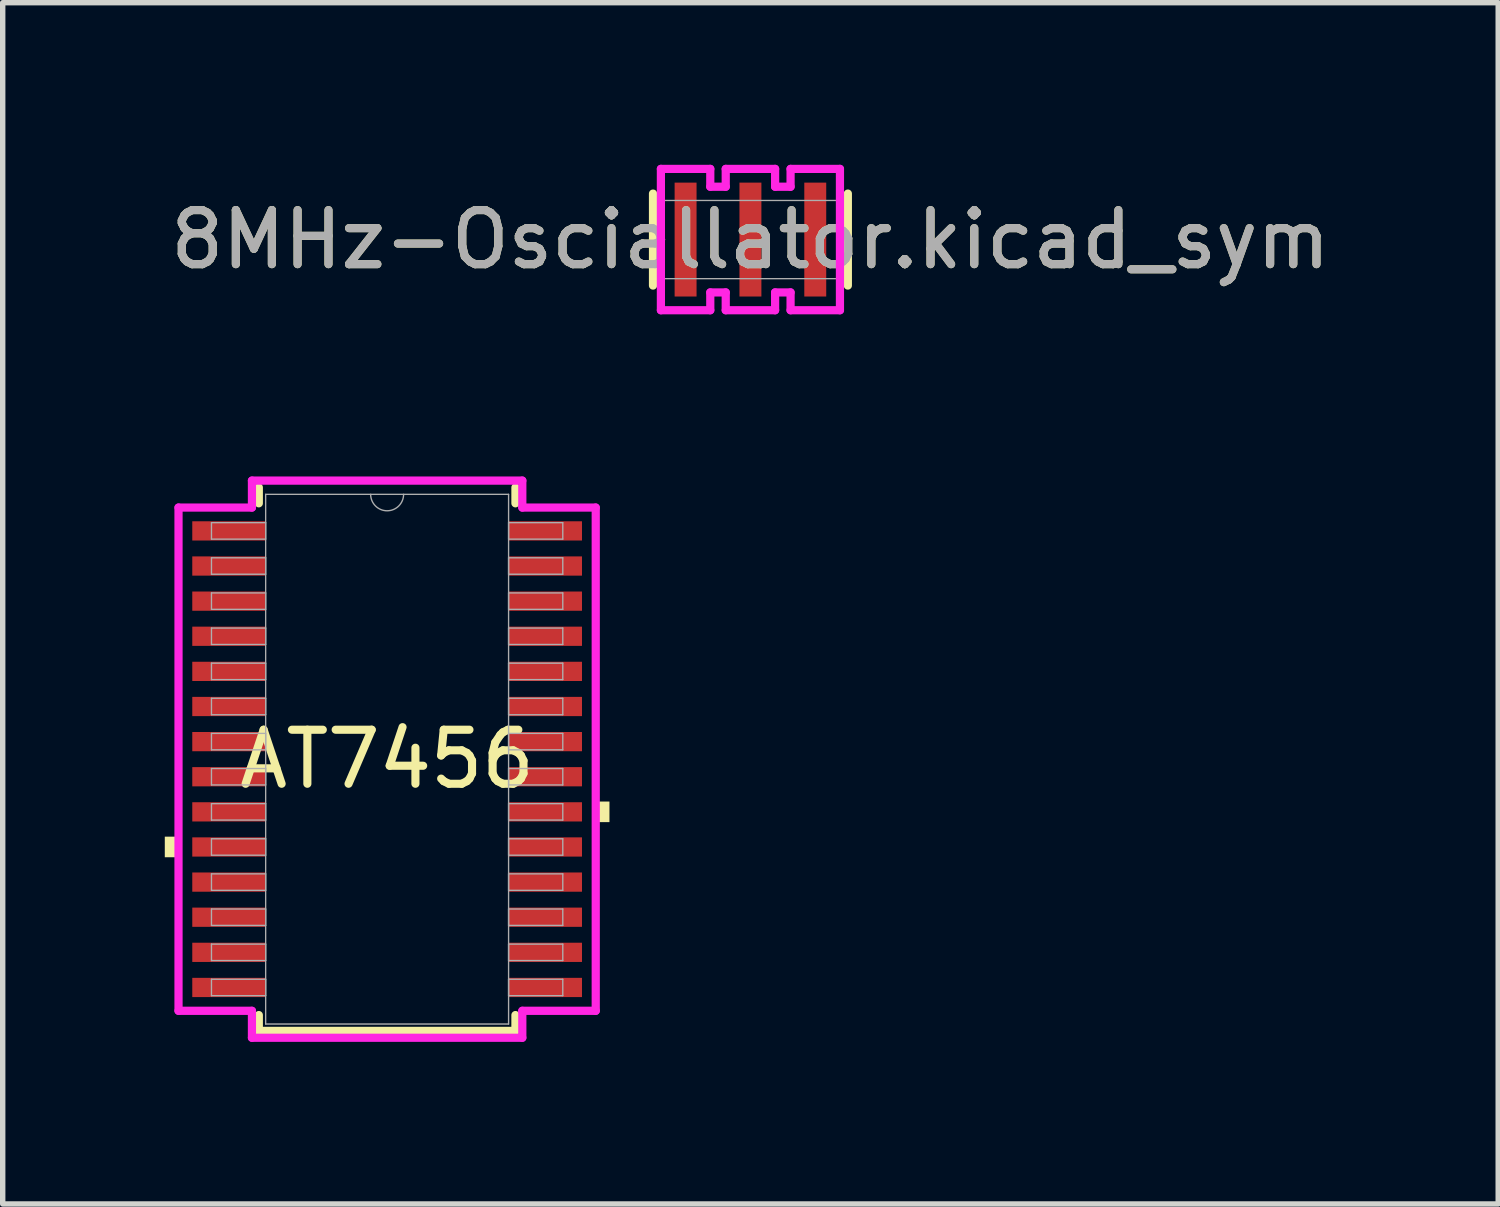
<source format=kicad_pcb>
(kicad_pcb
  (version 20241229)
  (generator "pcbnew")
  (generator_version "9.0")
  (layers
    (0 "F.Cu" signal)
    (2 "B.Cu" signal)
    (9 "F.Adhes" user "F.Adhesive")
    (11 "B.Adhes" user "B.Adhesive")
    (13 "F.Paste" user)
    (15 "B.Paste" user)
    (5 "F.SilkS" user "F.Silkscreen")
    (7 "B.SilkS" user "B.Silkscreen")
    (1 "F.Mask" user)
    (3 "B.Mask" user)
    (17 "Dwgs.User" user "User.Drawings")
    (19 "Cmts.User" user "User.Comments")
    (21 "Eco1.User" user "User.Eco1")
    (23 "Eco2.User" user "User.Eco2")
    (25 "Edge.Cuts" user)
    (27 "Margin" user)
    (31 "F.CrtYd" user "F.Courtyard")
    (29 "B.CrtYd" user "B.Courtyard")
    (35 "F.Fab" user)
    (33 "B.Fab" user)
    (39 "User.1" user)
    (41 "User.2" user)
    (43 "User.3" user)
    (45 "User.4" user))
  (footprint "8MHz-Osciallator.kicad_sym"
    (layer "F.Cu")
    (at 10.839 1.384)
    (property "Reference" "8MHz-Osciallator.kicad_sym" (at 0 0 0) (unlocked yes) (layer "F.SilkS") (effects (font (size 1 1) (thickness 0.15))))
    (attr smd)
    (fp_line (start -1.803 -0.851) (end -1.803 0.851) (stroke (width 0.152) (type solid)) (layer "F.SilkS"))
    (fp_line (start 1.803 0.851) (end 1.803 -0.851) (stroke (width 0.152) (type solid)) (layer "F.SilkS"))
    (fp_line (start -1.657 -1.308) (end -0.743 -1.308) (stroke (width 0.152) (type solid)) (layer "F.CrtYd"))
    (fp_line (start -1.657 1.308) (end -1.657 -1.308) (stroke (width 0.152) (type solid)) (layer "F.CrtYd"))
    (fp_line (start -1.657 1.308) (end -0.743 1.308) (stroke (width 0.152) (type solid)) (layer "F.CrtYd"))
    (fp_line (start -0.743 -1.308) (end -0.743 -0.978) (stroke (width 0.152) (type solid)) (layer "F.CrtYd"))
    (fp_line (start -0.743 -0.978) (end -0.457 -0.978) (stroke (width 0.152) (type solid)) (layer "F.CrtYd"))
    (fp_line (start -0.743 0.978) (end -0.457 0.978) (stroke (width 0.152) (type solid)) (layer "F.CrtYd"))
    (fp_line (start -0.743 1.308) (end -0.743 0.978) (stroke (width 0.152) (type solid)) (layer "F.CrtYd"))
    (fp_line (start -0.457 -1.308) (end 0.457 -1.308) (stroke (width 0.152) (type solid)) (layer "F.CrtYd"))
    (fp_line (start -0.457 -0.978) (end -0.457 -1.308) (stroke (width 0.152) (type solid)) (layer "F.CrtYd"))
    (fp_line (start -0.457 0.978) (end -0.457 1.308) (stroke (width 0.152) (type solid)) (layer "F.CrtYd"))
    (fp_line (start -0.457 1.308) (end 0.457 1.308) (stroke (width 0.152) (type solid)) (layer "F.CrtYd"))
    (fp_line (start 0.457 -0.978) (end 0.457 -1.308) (stroke (width 0.152) (type solid)) (layer "F.CrtYd"))
    (fp_line (start 0.457 0.978) (end 0.457 1.308) (stroke (width 0.152) (type solid)) (layer "F.CrtYd"))
    (fp_line (start 0.743 -1.308) (end 0.743 -0.978) (stroke (width 0.152) (type solid)) (layer "F.CrtYd"))
    (fp_line (start 0.743 -0.978) (end 0.457 -0.978) (stroke (width 0.152) (type solid)) (layer "F.CrtYd"))
    (fp_line (start 0.743 0.978) (end 0.457 0.978) (stroke (width 0.152) (type solid)) (layer "F.CrtYd"))
    (fp_line (start 0.743 1.308) (end 0.743 0.978) (stroke (width 0.152) (type solid)) (layer "F.CrtYd"))
    (fp_line (start 1.657 -1.308) (end 0.743 -1.308) (stroke (width 0.152) (type solid)) (layer "F.CrtYd"))
    (fp_line (start 1.657 -1.308) (end 1.657 1.308) (stroke (width 0.152) (type solid)) (layer "F.CrtYd"))
    (fp_line (start 1.657 1.308) (end 0.743 1.308) (stroke (width 0.152) (type solid)) (layer "F.CrtYd"))
    (fp_line (start -1.676 -0.724) (end -1.676 0.724) (stroke (width 0.025) (type solid)) (layer "F.Fab"))
    (fp_line (start -1.676 0.724) (end 1.676 0.724) (stroke (width 0.025) (type solid)) (layer "F.Fab"))
    (fp_line (start 1.676 -0.724) (end -1.676 -0.724) (stroke (width 0.025) (type solid)) (layer "F.Fab"))
    (fp_line (start 1.676 0.724) (end 1.676 -0.724) (stroke (width 0.025) (type solid)) (layer "F.Fab"))
    (fp_circle (center -1.6 0) (end -1.6 0) (stroke (width 0.025) (type solid)) (fill no) (layer "F.Fab"))
    (fp_text user "${REFERENCE}" (at 0 0 0) (unlocked yes) (layer "F.Fab") (effects (font (size 1 1) (thickness 0.15))))
    (pad "1" smd rect (at -1.2 0) (size 0.406 2.108) (layers "F.Cu" "F.Mask" "F.Paste"))
    (pad "2" smd rect (at 0 0) (size 0.406 2.108) (layers "F.Cu" "F.Mask" "F.Paste"))
    (pad "3" smd rect (at 1.2 0) (size 0.406 2.108) (layers "F.Cu" "F.Mask" "F.Paste"))
    (zone (net_name "") (layer "F.Cu") (hatch full 0.508) (connect_pads) (min_thickness 0.254) (filled_areas_thickness no) (keepout (tracks not_allowed) (vias not_allowed) (pads allowed) (copperpour not_allowed) (footprints allowed)) (placement (enabled no)) (fill) (polygon (pts (xy 10.585 0.711) (xy 9.893 0.711) (xy 9.893 2.057) (xy 10.585 2.057))))
    (zone (net_name "") (layer "F.Cu") (hatch full 0.508) (connect_pads) (min_thickness 0.254) (filled_areas_thickness no) (keepout (tracks not_allowed) (vias not_allowed) (pads allowed) (copperpour not_allowed) (footprints allowed)) (placement (enabled no)) (fill) (polygon (pts (xy 11.785 0.711) (xy 11.093 0.711) (xy 11.093 2.057) (xy 11.785 2.057)))))
  (footprint "AT7456"
    (layer "F.Cu")
    (at 4.115 11.001)
    (property "Reference" "AT7456" (at 0 0 0) (unlocked yes) (layer "F.SilkS") (effects (font (size 1 1) (thickness 0.15))))
    (attr smd)
    (fp_line (start -2.375 -5.029) (end -2.375 -4.736) (stroke (width 0.152) (type solid)) (layer "F.SilkS"))
    (fp_line (start -2.375 4.736) (end -2.375 5.029) (stroke (width 0.152) (type solid)) (layer "F.SilkS"))
    (fp_line (start -2.375 5.029) (end 2.375 5.029) (stroke (width 0.152) (type solid)) (layer "F.SilkS"))
    (fp_line (start 2.375 -4.736) (end 2.375 -5.029) (stroke (width 0.152) (type solid)) (layer "F.SilkS"))
    (fp_line (start 2.375 5.029) (end 2.375 4.736) (stroke (width 0.152) (type solid)) (layer "F.SilkS"))
    (fp_poly (pts (xy -4.115 1.434) (xy -4.115 1.815) (xy -3.861 1.815) (xy -3.861 1.434)) (stroke (width 0) (type solid)) (fill yes) (layer "F.SilkS"))
    (fp_poly (pts (xy 4.115 0.784) (xy 4.115 1.165) (xy 3.861 1.165) (xy 3.861 0.784)) (stroke (width 0) (type solid)) (fill yes) (layer "F.SilkS"))
    (fp_line (start -3.861 -4.657) (end -2.502 -4.657) (stroke (width 0.152) (type solid)) (layer "F.CrtYd"))
    (fp_line (start -3.861 4.657) (end -3.861 -4.657) (stroke (width 0.152) (type solid)) (layer "F.CrtYd"))
    (fp_line (start -3.861 4.657) (end -2.502 4.657) (stroke (width 0.152) (type solid)) (layer "F.CrtYd"))
    (fp_line (start -2.502 -5.156) (end 2.502 -5.156) (stroke (width 0.152) (type solid)) (layer "F.CrtYd"))
    (fp_line (start -2.502 -4.657) (end -2.502 -5.156) (stroke (width 0.152) (type solid)) (layer "F.CrtYd"))
    (fp_line (start -2.502 5.156) (end -2.502 4.657) (stroke (width 0.152) (type solid)) (layer "F.CrtYd"))
    (fp_line (start 2.502 -5.156) (end 2.502 -4.657) (stroke (width 0.152) (type solid)) (layer "F.CrtYd"))
    (fp_line (start 2.502 4.657) (end 2.502 5.156) (stroke (width 0.152) (type solid)) (layer "F.CrtYd"))
    (fp_line (start 2.502 5.156) (end -2.502 5.156) (stroke (width 0.152) (type solid)) (layer "F.CrtYd"))
    (fp_line (start 3.861 -4.657) (end 2.502 -4.657) (stroke (width 0.152) (type solid)) (layer "F.CrtYd"))
    (fp_line (start 3.861 -4.657) (end 3.861 4.657) (stroke (width 0.152) (type solid)) (layer "F.CrtYd"))
    (fp_line (start 3.861 4.657) (end 2.502 4.657) (stroke (width 0.152) (type solid)) (layer "F.CrtYd"))
    (fp_line (start -3.251 -4.377) (end -3.251 -4.073) (stroke (width 0.025) (type solid)) (layer "F.Fab"))
    (fp_line (start -3.251 -4.073) (end -2.248 -4.073) (stroke (width 0.025) (type solid)) (layer "F.Fab"))
    (fp_line (start -3.251 -3.727) (end -3.251 -3.423) (stroke (width 0.025) (type solid)) (layer "F.Fab"))
    (fp_line (start -3.251 -3.423) (end -2.248 -3.423) (stroke (width 0.025) (type solid)) (layer "F.Fab"))
    (fp_line (start -3.251 -3.077) (end -3.251 -2.773) (stroke (width 0.025) (type solid)) (layer "F.Fab"))
    (fp_line (start -3.251 -2.773) (end -2.248 -2.773) (stroke (width 0.025) (type solid)) (layer "F.Fab"))
    (fp_line (start -3.251 -2.427) (end -3.251 -2.123) (stroke (width 0.025) (type solid)) (layer "F.Fab"))
    (fp_line (start -3.251 -2.123) (end -2.248 -2.123) (stroke (width 0.025) (type solid)) (layer "F.Fab"))
    (fp_line (start -3.251 -1.777) (end -3.251 -1.473) (stroke (width 0.025) (type solid)) (layer "F.Fab"))
    (fp_line (start -3.251 -1.473) (end -2.248 -1.473) (stroke (width 0.025) (type solid)) (layer "F.Fab"))
    (fp_line (start -3.251 -1.127) (end -3.251 -0.823) (stroke (width 0.025) (type solid)) (layer "F.Fab"))
    (fp_line (start -3.251 -0.823) (end -2.248 -0.823) (stroke (width 0.025) (type solid)) (layer "F.Fab"))
    (fp_line (start -3.251 -0.477) (end -3.251 -0.173) (stroke (width 0.025) (type solid)) (layer "F.Fab"))
    (fp_line (start -3.251 -0.173) (end -2.248 -0.173) (stroke (width 0.025) (type solid)) (layer "F.Fab"))
    (fp_line (start -3.251 0.173) (end -3.251 0.477) (stroke (width 0.025) (type solid)) (layer "F.Fab"))
    (fp_line (start -3.251 0.477) (end -2.248 0.477) (stroke (width 0.025) (type solid)) (layer "F.Fab"))
    (fp_line (start -3.251 0.823) (end -3.251 1.127) (stroke (width 0.025) (type solid)) (layer "F.Fab"))
    (fp_line (start -3.251 1.127) (end -2.248 1.127) (stroke (width 0.025) (type solid)) (layer "F.Fab"))
    (fp_line (start -3.251 1.473) (end -3.251 1.777) (stroke (width 0.025) (type solid)) (layer "F.Fab"))
    (fp_line (start -3.251 1.777) (end -2.248 1.777) (stroke (width 0.025) (type solid)) (layer "F.Fab"))
    (fp_line (start -3.251 2.123) (end -3.251 2.427) (stroke (width 0.025) (type solid)) (layer "F.Fab"))
    (fp_line (start -3.251 2.427) (end -2.248 2.427) (stroke (width 0.025) (type solid)) (layer "F.Fab"))
    (fp_line (start -3.251 2.773) (end -3.251 3.077) (stroke (width 0.025) (type solid)) (layer "F.Fab"))
    (fp_line (start -3.251 3.077) (end -2.248 3.077) (stroke (width 0.025) (type solid)) (layer "F.Fab"))
    (fp_line (start -3.251 3.423) (end -3.251 3.727) (stroke (width 0.025) (type solid)) (layer "F.Fab"))
    (fp_line (start -3.251 3.727) (end -2.248 3.727) (stroke (width 0.025) (type solid)) (layer "F.Fab"))
    (fp_line (start -3.251 4.073) (end -3.251 4.377) (stroke (width 0.025) (type solid)) (layer "F.Fab"))
    (fp_line (start -3.251 4.377) (end -2.248 4.377) (stroke (width 0.025) (type solid)) (layer "F.Fab"))
    (fp_line (start -2.248 -4.902) (end -2.248 4.902) (stroke (width 0.025) (type solid)) (layer "F.Fab"))
    (fp_line (start -2.248 -4.377) (end -3.251 -4.377) (stroke (width 0.025) (type solid)) (layer "F.Fab"))
    (fp_line (start -2.248 -4.073) (end -2.248 -4.377) (stroke (width 0.025) (type solid)) (layer "F.Fab"))
    (fp_line (start -2.248 -3.727) (end -3.251 -3.727) (stroke (width 0.025) (type solid)) (layer "F.Fab"))
    (fp_line (start -2.248 -3.423) (end -2.248 -3.727) (stroke (width 0.025) (type solid)) (layer "F.Fab"))
    (fp_line (start -2.248 -3.077) (end -3.251 -3.077) (stroke (width 0.025) (type solid)) (layer "F.Fab"))
    (fp_line (start -2.248 -2.773) (end -2.248 -3.077) (stroke (width 0.025) (type solid)) (layer "F.Fab"))
    (fp_line (start -2.248 -2.427) (end -3.251 -2.427) (stroke (width 0.025) (type solid)) (layer "F.Fab"))
    (fp_line (start -2.248 -2.123) (end -2.248 -2.427) (stroke (width 0.025) (type solid)) (layer "F.Fab"))
    (fp_line (start -2.248 -1.777) (end -3.251 -1.777) (stroke (width 0.025) (type solid)) (layer "F.Fab"))
    (fp_line (start -2.248 -1.473) (end -2.248 -1.777) (stroke (width 0.025) (type solid)) (layer "F.Fab"))
    (fp_line (start -2.248 -1.127) (end -3.251 -1.127) (stroke (width 0.025) (type solid)) (layer "F.Fab"))
    (fp_line (start -2.248 -0.823) (end -2.248 -1.127) (stroke (width 0.025) (type solid)) (layer "F.Fab"))
    (fp_line (start -2.248 -0.477) (end -3.251 -0.477) (stroke (width 0.025) (type solid)) (layer "F.Fab"))
    (fp_line (start -2.248 -0.173) (end -2.248 -0.477) (stroke (width 0.025) (type solid)) (layer "F.Fab"))
    (fp_line (start -2.248 0.173) (end -3.251 0.173) (stroke (width 0.025) (type solid)) (layer "F.Fab"))
    (fp_line (start -2.248 0.477) (end -2.248 0.173) (stroke (width 0.025) (type solid)) (layer "F.Fab"))
    (fp_line (start -2.248 0.823) (end -3.251 0.823) (stroke (width 0.025) (type solid)) (layer "F.Fab"))
    (fp_line (start -2.248 1.127) (end -2.248 0.823) (stroke (width 0.025) (type solid)) (layer "F.Fab"))
    (fp_line (start -2.248 1.473) (end -3.251 1.473) (stroke (width 0.025) (type solid)) (layer "F.Fab"))
    (fp_line (start -2.248 1.777) (end -2.248 1.473) (stroke (width 0.025) (type solid)) (layer "F.Fab"))
    (fp_line (start -2.248 2.123) (end -3.251 2.123) (stroke (width 0.025) (type solid)) (layer "F.Fab"))
    (fp_line (start -2.248 2.427) (end -2.248 2.123) (stroke (width 0.025) (type solid)) (layer "F.Fab"))
    (fp_line (start -2.248 2.773) (end -3.251 2.773) (stroke (width 0.025) (type solid)) (layer "F.Fab"))
    (fp_line (start -2.248 3.077) (end -2.248 2.773) (stroke (width 0.025) (type solid)) (layer "F.Fab"))
    (fp_line (start -2.248 3.423) (end -3.251 3.423) (stroke (width 0.025) (type solid)) (layer "F.Fab"))
    (fp_line (start -2.248 3.727) (end -2.248 3.423) (stroke (width 0.025) (type solid)) (layer "F.Fab"))
    (fp_line (start -2.248 4.073) (end -3.251 4.073) (stroke (width 0.025) (type solid)) (layer "F.Fab"))
    (fp_line (start -2.248 4.377) (end -2.248 4.073) (stroke (width 0.025) (type solid)) (layer "F.Fab"))
    (fp_line (start -2.248 4.902) (end 2.248 4.902) (stroke (width 0.025) (type solid)) (layer "F.Fab"))
    (fp_line (start 2.248 -4.902) (end -2.248 -4.902) (stroke (width 0.025) (type solid)) (layer "F.Fab"))
    (fp_line (start 2.248 -4.377) (end 2.248 -4.073) (stroke (width 0.025) (type solid)) (layer "F.Fab"))
    (fp_line (start 2.248 -4.073) (end 3.251 -4.073) (stroke (width 0.025) (type solid)) (layer "F.Fab"))
    (fp_line (start 2.248 -3.727) (end 2.248 -3.423) (stroke (width 0.025) (type solid)) (layer "F.Fab"))
    (fp_line (start 2.248 -3.423) (end 3.251 -3.423) (stroke (width 0.025) (type solid)) (layer "F.Fab"))
    (fp_line (start 2.248 -3.077) (end 2.248 -2.773) (stroke (width 0.025) (type solid)) (layer "F.Fab"))
    (fp_line (start 2.248 -2.773) (end 3.251 -2.773) (stroke (width 0.025) (type solid)) (layer "F.Fab"))
    (fp_line (start 2.248 -2.427) (end 2.248 -2.123) (stroke (width 0.025) (type solid)) (layer "F.Fab"))
    (fp_line (start 2.248 -2.123) (end 3.251 -2.123) (stroke (width 0.025) (type solid)) (layer "F.Fab"))
    (fp_line (start 2.248 -1.777) (end 2.248 -1.473) (stroke (width 0.025) (type solid)) (layer "F.Fab"))
    (fp_line (start 2.248 -1.473) (end 3.251 -1.473) (stroke (width 0.025) (type solid)) (layer "F.Fab"))
    (fp_line (start 2.248 -1.127) (end 2.248 -0.823) (stroke (width 0.025) (type solid)) (layer "F.Fab"))
    (fp_line (start 2.248 -0.823) (end 3.251 -0.823) (stroke (width 0.025) (type solid)) (layer "F.Fab"))
    (fp_line (start 2.248 -0.477) (end 2.248 -0.173) (stroke (width 0.025) (type solid)) (layer "F.Fab"))
    (fp_line (start 2.248 -0.173) (end 3.251 -0.173) (stroke (width 0.025) (type solid)) (layer "F.Fab"))
    (fp_line (start 2.248 0.173) (end 2.248 0.477) (stroke (width 0.025) (type solid)) (layer "F.Fab"))
    (fp_line (start 2.248 0.477) (end 3.251 0.477) (stroke (width 0.025) (type solid)) (layer "F.Fab"))
    (fp_line (start 2.248 0.823) (end 2.248 1.127) (stroke (width 0.025) (type solid)) (layer "F.Fab"))
    (fp_line (start 2.248 1.127) (end 3.251 1.127) (stroke (width 0.025) (type solid)) (layer "F.Fab"))
    (fp_line (start 2.248 1.473) (end 2.248 1.777) (stroke (width 0.025) (type solid)) (layer "F.Fab"))
    (fp_line (start 2.248 1.777) (end 3.251 1.777) (stroke (width 0.025) (type solid)) (layer "F.Fab"))
    (fp_line (start 2.248 2.123) (end 2.248 2.427) (stroke (width 0.025) (type solid)) (layer "F.Fab"))
    (fp_line (start 2.248 2.427) (end 3.251 2.427) (stroke (width 0.025) (type solid)) (layer "F.Fab"))
    (fp_line (start 2.248 2.773) (end 2.248 3.077) (stroke (width 0.025) (type solid)) (layer "F.Fab"))
    (fp_line (start 2.248 3.077) (end 3.251 3.077) (stroke (width 0.025) (type solid)) (layer "F.Fab"))
    (fp_line (start 2.248 3.423) (end 2.248 3.727) (stroke (width 0.025) (type solid)) (layer "F.Fab"))
    (fp_line (start 2.248 3.727) (end 3.251 3.727) (stroke (width 0.025) (type solid)) (layer "F.Fab"))
    (fp_line (start 2.248 4.073) (end 2.248 4.377) (stroke (width 0.025) (type solid)) (layer "F.Fab"))
    (fp_line (start 2.248 4.377) (end 3.251 4.377) (stroke (width 0.025) (type solid)) (layer "F.Fab"))
    (fp_line (start 2.248 4.902) (end 2.248 -4.902) (stroke (width 0.025) (type solid)) (layer "F.Fab"))
    (fp_line (start 3.251 -4.377) (end 2.248 -4.377) (stroke (width 0.025) (type solid)) (layer "F.Fab"))
    (fp_line (start 3.251 -4.073) (end 3.251 -4.377) (stroke (width 0.025) (type solid)) (layer "F.Fab"))
    (fp_line (start 3.251 -3.727) (end 2.248 -3.727) (stroke (width 0.025) (type solid)) (layer "F.Fab"))
    (fp_line (start 3.251 -3.423) (end 3.251 -3.727) (stroke (width 0.025) (type solid)) (layer "F.Fab"))
    (fp_line (start 3.251 -3.077) (end 2.248 -3.077) (stroke (width 0.025) (type solid)) (layer "F.Fab"))
    (fp_line (start 3.251 -2.773) (end 3.251 -3.077) (stroke (width 0.025) (type solid)) (layer "F.Fab"))
    (fp_line (start 3.251 -2.427) (end 2.248 -2.427) (stroke (width 0.025) (type solid)) (layer "F.Fab"))
    (fp_line (start 3.251 -2.123) (end 3.251 -2.427) (stroke (width 0.025) (type solid)) (layer "F.Fab"))
    (fp_line (start 3.251 -1.777) (end 2.248 -1.777) (stroke (width 0.025) (type solid)) (layer "F.Fab"))
    (fp_line (start 3.251 -1.473) (end 3.251 -1.777) (stroke (width 0.025) (type solid)) (layer "F.Fab"))
    (fp_line (start 3.251 -1.127) (end 2.248 -1.127) (stroke (width 0.025) (type solid)) (layer "F.Fab"))
    (fp_line (start 3.251 -0.823) (end 3.251 -1.127) (stroke (width 0.025) (type solid)) (layer "F.Fab"))
    (fp_line (start 3.251 -0.477) (end 2.248 -0.477) (stroke (width 0.025) (type solid)) (layer "F.Fab"))
    (fp_line (start 3.251 -0.173) (end 3.251 -0.477) (stroke (width 0.025) (type solid)) (layer "F.Fab"))
    (fp_line (start 3.251 0.173) (end 2.248 0.173) (stroke (width 0.025) (type solid)) (layer "F.Fab"))
    (fp_line (start 3.251 0.477) (end 3.251 0.173) (stroke (width 0.025) (type solid)) (layer "F.Fab"))
    (fp_line (start 3.251 0.823) (end 2.248 0.823) (stroke (width 0.025) (type solid)) (layer "F.Fab"))
    (fp_line (start 3.251 1.127) (end 3.251 0.823) (stroke (width 0.025) (type solid)) (layer "F.Fab"))
    (fp_line (start 3.251 1.473) (end 2.248 1.473) (stroke (width 0.025) (type solid)) (layer "F.Fab"))
    (fp_line (start 3.251 1.777) (end 3.251 1.473) (stroke (width 0.025) (type solid)) (layer "F.Fab"))
    (fp_line (start 3.251 2.123) (end 2.248 2.123) (stroke (width 0.025) (type solid)) (layer "F.Fab"))
    (fp_line (start 3.251 2.427) (end 3.251 2.123) (stroke (width 0.025) (type solid)) (layer "F.Fab"))
    (fp_line (start 3.251 2.773) (end 2.248 2.773) (stroke (width 0.025) (type solid)) (layer "F.Fab"))
    (fp_line (start 3.251 3.077) (end 3.251 2.773) (stroke (width 0.025) (type solid)) (layer "F.Fab"))
    (fp_line (start 3.251 3.423) (end 2.248 3.423) (stroke (width 0.025) (type solid)) (layer "F.Fab"))
    (fp_line (start 3.251 3.727) (end 3.251 3.423) (stroke (width 0.025) (type solid)) (layer "F.Fab"))
    (fp_line (start 3.251 4.073) (end 2.248 4.073) (stroke (width 0.025) (type solid)) (layer "F.Fab"))
    (fp_line (start 3.251 4.377) (end 3.251 4.073) (stroke (width 0.025) (type solid)) (layer "F.Fab"))
    (fp_arc (start 0.3048 -4.9022) (mid 0 -4.5974) (end -0.3048 -4.9022) (stroke (width 0.0254) (type solid)) (layer "F.Fab"))
    (pad "1" smd rect (at -2.927 -4.225) (size 1.359 0.356) (layers "F.Cu" "F.Mask" "F.Paste"))
    (pad "2" smd rect (at -2.927 -3.575) (size 1.359 0.356) (layers "F.Cu" "F.Mask" "F.Paste"))
    (pad "3" smd rect (at -2.927 -2.925) (size 1.359 0.356) (layers "F.Cu" "F.Mask" "F.Paste"))
    (pad "4" smd rect (at -2.927 -2.275) (size 1.359 0.356) (layers "F.Cu" "F.Mask" "F.Paste"))
    (pad "5" smd rect (at -2.927 -1.625) (size 1.359 0.356) (layers "F.Cu" "F.Mask" "F.Paste"))
    (pad "6" smd rect (at -2.927 -0.975) (size 1.359 0.356) (layers "F.Cu" "F.Mask" "F.Paste"))
    (pad "7" smd rect (at -2.927 -0.325) (size 1.359 0.356) (layers "F.Cu" "F.Mask" "F.Paste"))
    (pad "8" smd rect (at -2.927 0.325) (size 1.359 0.356) (layers "F.Cu" "F.Mask" "F.Paste"))
    (pad "9" smd rect (at -2.927 0.975) (size 1.359 0.356) (layers "F.Cu" "F.Mask" "F.Paste"))
    (pad "10" smd rect (at -2.927 1.625) (size 1.359 0.356) (layers "F.Cu" "F.Mask" "F.Paste"))
    (pad "11" smd rect (at -2.927 2.275) (size 1.359 0.356) (layers "F.Cu" "F.Mask" "F.Paste"))
    (pad "12" smd rect (at -2.927 2.925) (size 1.359 0.356) (layers "F.Cu" "F.Mask" "F.Paste"))
    (pad "13" smd rect (at -2.927 3.575) (size 1.359 0.356) (layers "F.Cu" "F.Mask" "F.Paste"))
    (pad "14" smd rect (at -2.927 4.225) (size 1.359 0.356) (layers "F.Cu" "F.Mask" "F.Paste"))
    (pad "15" smd rect (at 2.927 4.225) (size 1.359 0.356) (layers "F.Cu" "F.Mask" "F.Paste"))
    (pad "16" smd rect (at 2.927 3.575) (size 1.359 0.356) (layers "F.Cu" "F.Mask" "F.Paste"))
    (pad "17" smd rect (at 2.927 2.925) (size 1.359 0.356) (layers "F.Cu" "F.Mask" "F.Paste"))
    (pad "18" smd rect (at 2.927 2.275) (size 1.359 0.356) (layers "F.Cu" "F.Mask" "F.Paste"))
    (pad "19" smd rect (at 2.927 1.625) (size 1.359 0.356) (layers "F.Cu" "F.Mask" "F.Paste"))
    (pad "20" smd rect (at 2.927 0.975) (size 1.359 0.356) (layers "F.Cu" "F.Mask" "F.Paste"))
    (pad "21" smd rect (at 2.927 0.325) (size 1.359 0.356) (layers "F.Cu" "F.Mask" "F.Paste"))
    (pad "22" smd rect (at 2.927 -0.325) (size 1.359 0.356) (layers "F.Cu" "F.Mask" "F.Paste"))
    (pad "23" smd rect (at 2.927 -0.975) (size 1.359 0.356) (layers "F.Cu" "F.Mask" "F.Paste"))
    (pad "24" smd rect (at 2.927 -1.625) (size 1.359 0.356) (layers "F.Cu" "F.Mask" "F.Paste"))
    (pad "25" smd rect (at 2.927 -2.275) (size 1.359 0.356) (layers "F.Cu" "F.Mask" "F.Paste"))
    (pad "26" smd rect (at 2.927 -2.925) (size 1.359 0.356) (layers "F.Cu" "F.Mask" "F.Paste"))
    (pad "27" smd rect (at 2.927 -3.575) (size 1.359 0.356) (layers "F.Cu" "F.Mask" "F.Paste"))
    (pad "28" smd rect (at 2.927 -4.225) (size 1.359 0.356) (layers "F.Cu" "F.Mask" "F.Paste")))
  (gr_rect
    (start -3 -3)
    (end 24.679 19.233)
    (stroke (width 0.1) (type default))
    (fill no)
    (layer "Edge.Cuts")))
</source>
